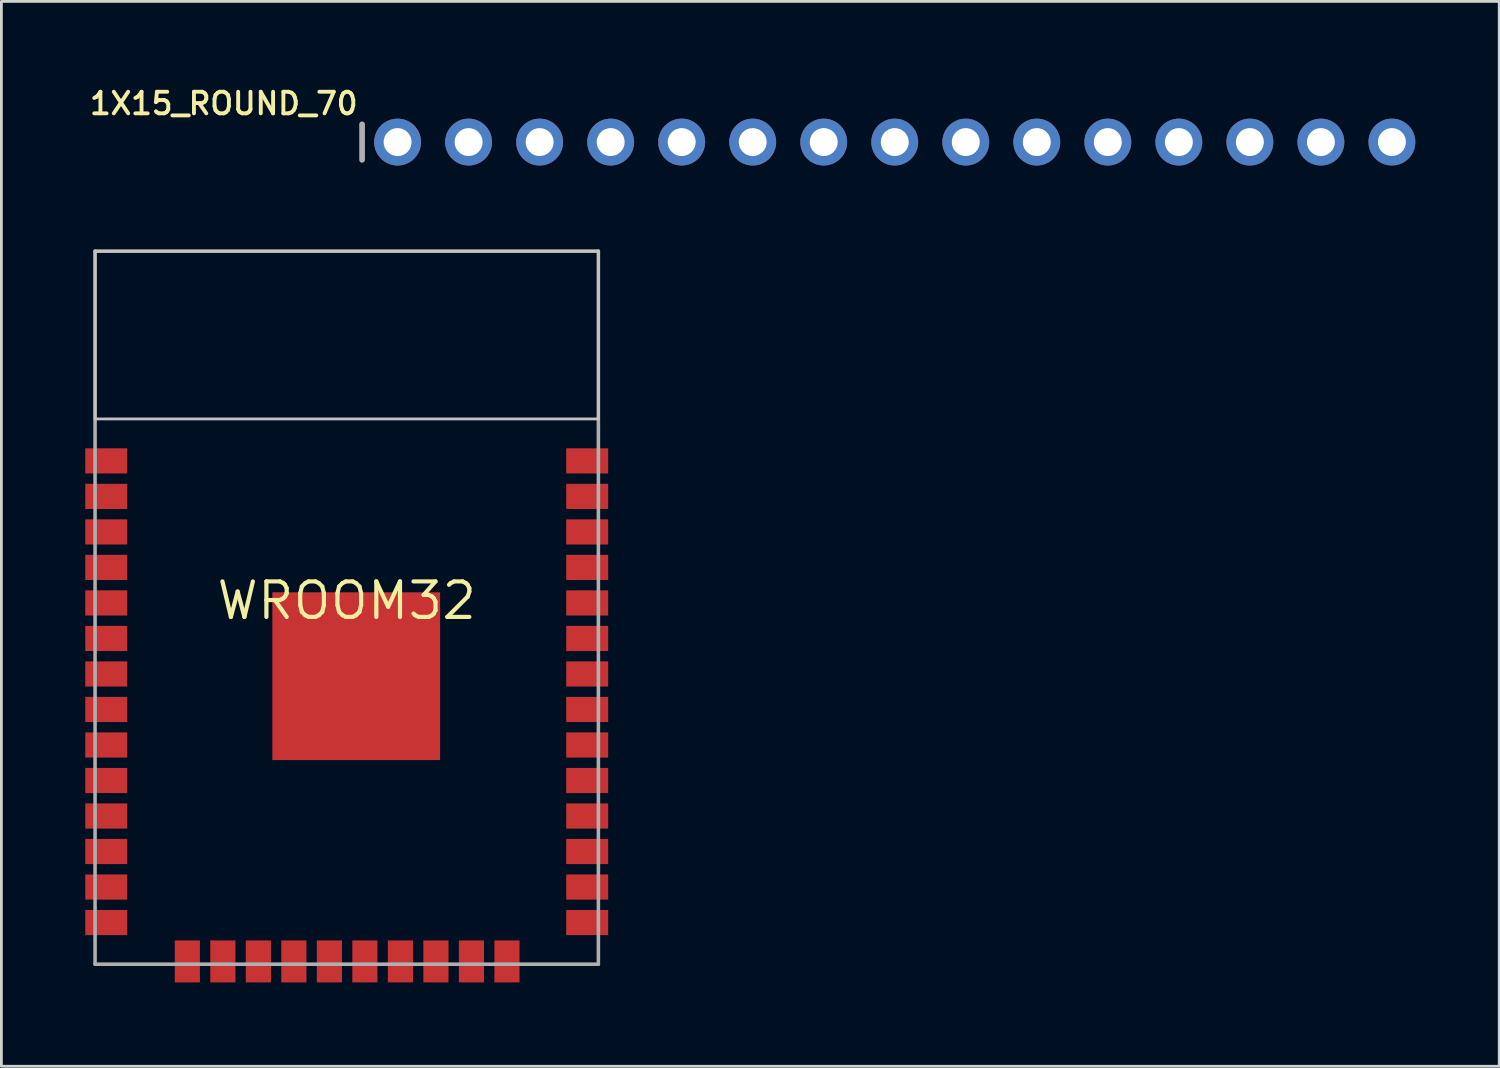
<source format=kicad_pcb>
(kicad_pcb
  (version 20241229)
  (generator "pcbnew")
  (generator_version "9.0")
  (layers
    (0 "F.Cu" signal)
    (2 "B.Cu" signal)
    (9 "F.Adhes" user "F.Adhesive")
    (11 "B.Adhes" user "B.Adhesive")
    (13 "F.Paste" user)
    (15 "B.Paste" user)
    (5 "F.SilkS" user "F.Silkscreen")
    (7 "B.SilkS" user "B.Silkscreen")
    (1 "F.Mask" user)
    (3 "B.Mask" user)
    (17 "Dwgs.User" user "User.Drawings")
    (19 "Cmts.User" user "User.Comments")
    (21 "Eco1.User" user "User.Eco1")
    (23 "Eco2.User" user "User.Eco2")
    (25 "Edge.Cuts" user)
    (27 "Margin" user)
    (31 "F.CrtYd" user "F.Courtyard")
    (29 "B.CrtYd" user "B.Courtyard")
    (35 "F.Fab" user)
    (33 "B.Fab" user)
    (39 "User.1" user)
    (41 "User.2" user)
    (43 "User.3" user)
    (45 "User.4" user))
  (footprint "1X15_ROUND_70"
    (layer "F.Cu")
    (at 28.949 2.031)
    (property "Reference" "1X15_ROUND_70" (at -19.126 -1.829 180) (layer "F.SilkS") (effects (font (size 0.772 0.772) (thickness 0.139)) (justify right top)))
    (attr through_hole)
    (fp_line (start -19.05 -0.635) (end -19.05 0.635) (stroke (width 0.203) (type solid)) (layer "F.Fab"))
    (fp_poly (pts (xy -18.034 0.254) (xy -17.526 0.254) (xy -17.526 -0.254) (xy -18.034 -0.254)) (stroke (width 0.1) (type solid)) (fill no) (layer "F.Fab"))
    (fp_poly (pts (xy -15.494 0.254) (xy -14.986 0.254) (xy -14.986 -0.254) (xy -15.494 -0.254)) (stroke (width 0.1) (type solid)) (fill no) (layer "F.Fab"))
    (fp_poly (pts (xy -12.954 0.254) (xy -12.446 0.254) (xy -12.446 -0.254) (xy -12.954 -0.254)) (stroke (width 0.1) (type solid)) (fill no) (layer "F.Fab"))
    (fp_poly (pts (xy -10.414 0.254) (xy -9.906 0.254) (xy -9.906 -0.254) (xy -10.414 -0.254)) (stroke (width 0.1) (type solid)) (fill no) (layer "F.Fab"))
    (fp_poly (pts (xy -7.874 0.254) (xy -7.366 0.254) (xy -7.366 -0.254) (xy -7.874 -0.254)) (stroke (width 0.1) (type solid)) (fill no) (layer "F.Fab"))
    (fp_poly (pts (xy -5.334 0.254) (xy -4.826 0.254) (xy -4.826 -0.254) (xy -5.334 -0.254)) (stroke (width 0.1) (type solid)) (fill no) (layer "F.Fab"))
    (fp_poly (pts (xy -2.794 0.254) (xy -2.286 0.254) (xy -2.286 -0.254) (xy -2.794 -0.254)) (stroke (width 0.1) (type solid)) (fill no) (layer "F.Fab"))
    (fp_poly (pts (xy -0.254 0.254) (xy 0.254 0.254) (xy 0.254 -0.254) (xy -0.254 -0.254)) (stroke (width 0.1) (type solid)) (fill no) (layer "F.Fab"))
    (fp_poly (pts (xy 2.286 0.254) (xy 2.794 0.254) (xy 2.794 -0.254) (xy 2.286 -0.254)) (stroke (width 0.1) (type solid)) (fill no) (layer "F.Fab"))
    (fp_poly (pts (xy 4.826 0.254) (xy 5.334 0.254) (xy 5.334 -0.254) (xy 4.826 -0.254)) (stroke (width 0.1) (type solid)) (fill no) (layer "F.Fab"))
    (fp_poly (pts (xy 7.366 0.254) (xy 7.874 0.254) (xy 7.874 -0.254) (xy 7.366 -0.254)) (stroke (width 0.1) (type solid)) (fill no) (layer "F.Fab"))
    (fp_poly (pts (xy 9.906 0.254) (xy 10.414 0.254) (xy 10.414 -0.254) (xy 9.906 -0.254)) (stroke (width 0.1) (type solid)) (fill no) (layer "F.Fab"))
    (fp_poly (pts (xy 12.446 0.254) (xy 12.954 0.254) (xy 12.954 -0.254) (xy 12.446 -0.254)) (stroke (width 0.1) (type solid)) (fill no) (layer "F.Fab"))
    (fp_poly (pts (xy 14.986 0.254) (xy 15.494 0.254) (xy 15.494 -0.254) (xy 14.986 -0.254)) (stroke (width 0.1) (type solid)) (fill no) (layer "F.Fab"))
    (fp_poly (pts (xy 17.526 0.254) (xy 18.034 0.254) (xy 18.034 -0.254) (xy 17.526 -0.254)) (stroke (width 0.1) (type solid)) (fill no) (layer "F.Fab"))
    (pad "1" thru_hole circle (at -17.78 0 90) (size 1.676 1.676) (drill 1) (layers "*.Cu" "*.Mask"))
    (pad "2" thru_hole circle (at -15.24 0 90) (size 1.676 1.676) (drill 1) (layers "*.Cu" "*.Mask"))
    (pad "3" thru_hole circle (at -12.7 0 90) (size 1.676 1.676) (drill 1) (layers "*.Cu" "*.Mask"))
    (pad "4" thru_hole circle (at -10.16 0 90) (size 1.676 1.676) (drill 1) (layers "*.Cu" "*.Mask"))
    (pad "5" thru_hole circle (at -7.62 0 90) (size 1.676 1.676) (drill 1) (layers "*.Cu" "*.Mask"))
    (pad "6" thru_hole circle (at -5.08 0 90) (size 1.676 1.676) (drill 1) (layers "*.Cu" "*.Mask"))
    (pad "7" thru_hole circle (at -2.54 0 90) (size 1.676 1.676) (drill 1) (layers "*.Cu" "*.Mask"))
    (pad "8" thru_hole circle (at 0 0 90) (size 1.676 1.676) (drill 1) (layers "*.Cu" "*.Mask"))
    (pad "9" thru_hole circle (at 2.54 0 90) (size 1.676 1.676) (drill 1) (layers "*.Cu" "*.Mask"))
    (pad "10" thru_hole circle (at 5.08 0 90) (size 1.676 1.676) (drill 1) (layers "*.Cu" "*.Mask"))
    (pad "11" thru_hole circle (at 7.62 0 90) (size 1.676 1.676) (drill 1) (layers "*.Cu" "*.Mask"))
    (pad "12" thru_hole circle (at 10.16 0 90) (size 1.676 1.676) (drill 1) (layers "*.Cu" "*.Mask"))
    (pad "13" thru_hole circle (at 12.7 0 90) (size 1.676 1.676) (drill 1) (layers "*.Cu" "*.Mask"))
    (pad "14" thru_hole circle (at 15.24 0 90) (size 1.676 1.676) (drill 1) (layers "*.Cu" "*.Mask"))
    (pad "15" thru_hole circle (at 17.78 0 90) (size 1.676 1.676) (drill 1) (layers "*.Cu" "*.Mask")))
  (footprint "WROOM32"
    (layer "F.Cu")
    (at 9.35 18.433)
    (property "Reference" "WROOM32" (at 0 0 0) (layer "F.SilkS") (effects (font (size 1.27 1.27) (thickness 0.15))))
    (attr through_hole)
    (fp_poly (pts (xy -9 -6.5) (xy 9 -6.5) (xy 9 -12.5) (xy -9 -12.5)) (stroke (width 0.1) (type solid)) (fill no) (layer "Dwgs.User"))
    (fp_line (start -9 -12.5) (end -9 13) (stroke (width 0.127) (type solid)) (layer "F.Fab"))
    (fp_line (start -9 13) (end 9 13) (stroke (width 0.127) (type solid)) (layer "F.Fab"))
    (fp_line (start 9 -12.5) (end -9 -12.5) (stroke (width 0.127) (type solid)) (layer "F.Fab"))
    (fp_line (start 9 13) (end 9 -12.5) (stroke (width 0.127) (type solid)) (layer "F.Fab"))
    (pad "1" smd rect (at -8.6 -5 180) (size 1.5 0.9) (layers "F.Cu" "F.Mask" "F.Paste"))
    (pad "2" smd rect (at -8.6 -3.73 180) (size 1.5 0.9) (layers "F.Cu" "F.Mask" "F.Paste"))
    (pad "3" smd rect (at -8.6 -2.46 180) (size 1.5 0.9) (layers "F.Cu" "F.Mask" "F.Paste"))
    (pad "4" smd rect (at -8.6 -1.19 180) (size 1.5 0.9) (layers "F.Cu" "F.Mask" "F.Paste"))
    (pad "5" smd rect (at -8.6 0.08 180) (size 1.5 0.9) (layers "F.Cu" "F.Mask" "F.Paste"))
    (pad "6" smd rect (at -8.6 1.35 180) (size 1.5 0.9) (layers "F.Cu" "F.Mask" "F.Paste"))
    (pad "7" smd rect (at -8.6 2.62 180) (size 1.5 0.9) (layers "F.Cu" "F.Mask" "F.Paste"))
    (pad "8" smd rect (at -8.6 3.89 180) (size 1.5 0.9) (layers "F.Cu" "F.Mask" "F.Paste"))
    (pad "9" smd rect (at -8.6 5.16 180) (size 1.5 0.9) (layers "F.Cu" "F.Mask" "F.Paste"))
    (pad "10" smd rect (at -8.6 6.43 180) (size 1.5 0.9) (layers "F.Cu" "F.Mask" "F.Paste"))
    (pad "11" smd rect (at -8.6 7.7 180) (size 1.5 0.9) (layers "F.Cu" "F.Mask" "F.Paste"))
    (pad "12" smd rect (at -8.6 8.97 180) (size 1.5 0.9) (layers "F.Cu" "F.Mask" "F.Paste"))
    (pad "13" smd rect (at -8.6 10.24 180) (size 1.5 0.9) (layers "F.Cu" "F.Mask" "F.Paste"))
    (pad "14" smd rect (at -8.6 11.51 180) (size 1.5 0.9) (layers "F.Cu" "F.Mask" "F.Paste"))
    (pad "15" smd rect (at -5.7 12.9 270) (size 1.5 0.9) (layers "F.Cu" "F.Mask" "F.Paste"))
    (pad "16" smd rect (at -4.43 12.9 270) (size 1.5 0.9) (layers "F.Cu" "F.Mask" "F.Paste"))
    (pad "17" smd rect (at -3.16 12.9 270) (size 1.5 0.9) (layers "F.Cu" "F.Mask" "F.Paste"))
    (pad "18" smd rect (at -1.89 12.9 270) (size 1.5 0.9) (layers "F.Cu" "F.Mask" "F.Paste"))
    (pad "19" smd rect (at -0.62 12.9 270) (size 1.5 0.9) (layers "F.Cu" "F.Mask" "F.Paste"))
    (pad "20" smd rect (at 0.65 12.9 270) (size 1.5 0.9) (layers "F.Cu" "F.Mask" "F.Paste"))
    (pad "21" smd rect (at 1.92 12.9 270) (size 1.5 0.9) (layers "F.Cu" "F.Mask" "F.Paste"))
    (pad "22" smd rect (at 3.19 12.9 270) (size 1.5 0.9) (layers "F.Cu" "F.Mask" "F.Paste"))
    (pad "23" smd rect (at 4.46 12.9 270) (size 1.5 0.9) (layers "F.Cu" "F.Mask" "F.Paste"))
    (pad "24" smd rect (at 5.73 12.9 270) (size 1.5 0.9) (layers "F.Cu" "F.Mask" "F.Paste"))
    (pad "25" smd rect (at 8.6 11.51) (size 1.5 0.9) (layers "F.Cu" "F.Mask" "F.Paste"))
    (pad "26" smd rect (at 8.6 10.24) (size 1.5 0.9) (layers "F.Cu" "F.Mask" "F.Paste"))
    (pad "27" smd rect (at 8.6 8.97) (size 1.5 0.9) (layers "F.Cu" "F.Mask" "F.Paste"))
    (pad "28" smd rect (at 8.6 7.7) (size 1.5 0.9) (layers "F.Cu" "F.Mask" "F.Paste"))
    (pad "29" smd rect (at 8.6 6.43) (size 1.5 0.9) (layers "F.Cu" "F.Mask" "F.Paste"))
    (pad "30" smd rect (at 8.6 5.16) (size 1.5 0.9) (layers "F.Cu" "F.Mask" "F.Paste"))
    (pad "31" smd rect (at 8.6 3.89) (size 1.5 0.9) (layers "F.Cu" "F.Mask" "F.Paste"))
    (pad "32" smd rect (at 8.6 2.62) (size 1.5 0.9) (layers "F.Cu" "F.Mask" "F.Paste"))
    (pad "33" smd rect (at 8.6 1.35) (size 1.5 0.9) (layers "F.Cu" "F.Mask" "F.Paste"))
    (pad "34" smd rect (at 8.6 0.08) (size 1.5 0.9) (layers "F.Cu" "F.Mask" "F.Paste"))
    (pad "35" smd rect (at 8.6 -1.19) (size 1.5 0.9) (layers "F.Cu" "F.Mask" "F.Paste"))
    (pad "36" smd rect (at 8.6 -2.46) (size 1.5 0.9) (layers "F.Cu" "F.Mask" "F.Paste"))
    (pad "37" smd rect (at 8.6 -3.73) (size 1.5 0.9) (layers "F.Cu" "F.Mask" "F.Paste"))
    (pad "38" smd rect (at 8.6 -5) (size 1.5 0.9) (layers "F.Cu" "F.Mask" "F.Paste"))
    (pad "P$1" smd rect (at 0.34 2.7) (size 6 6) (layers "F.Cu" "F.Mask" "F.Paste")))
  (gr_rect
    (start -3 -3)
    (end 50.567 35.083)
    (stroke (width 0.1) (type default))
    (fill no)
    (layer "Edge.Cuts")))
</source>
